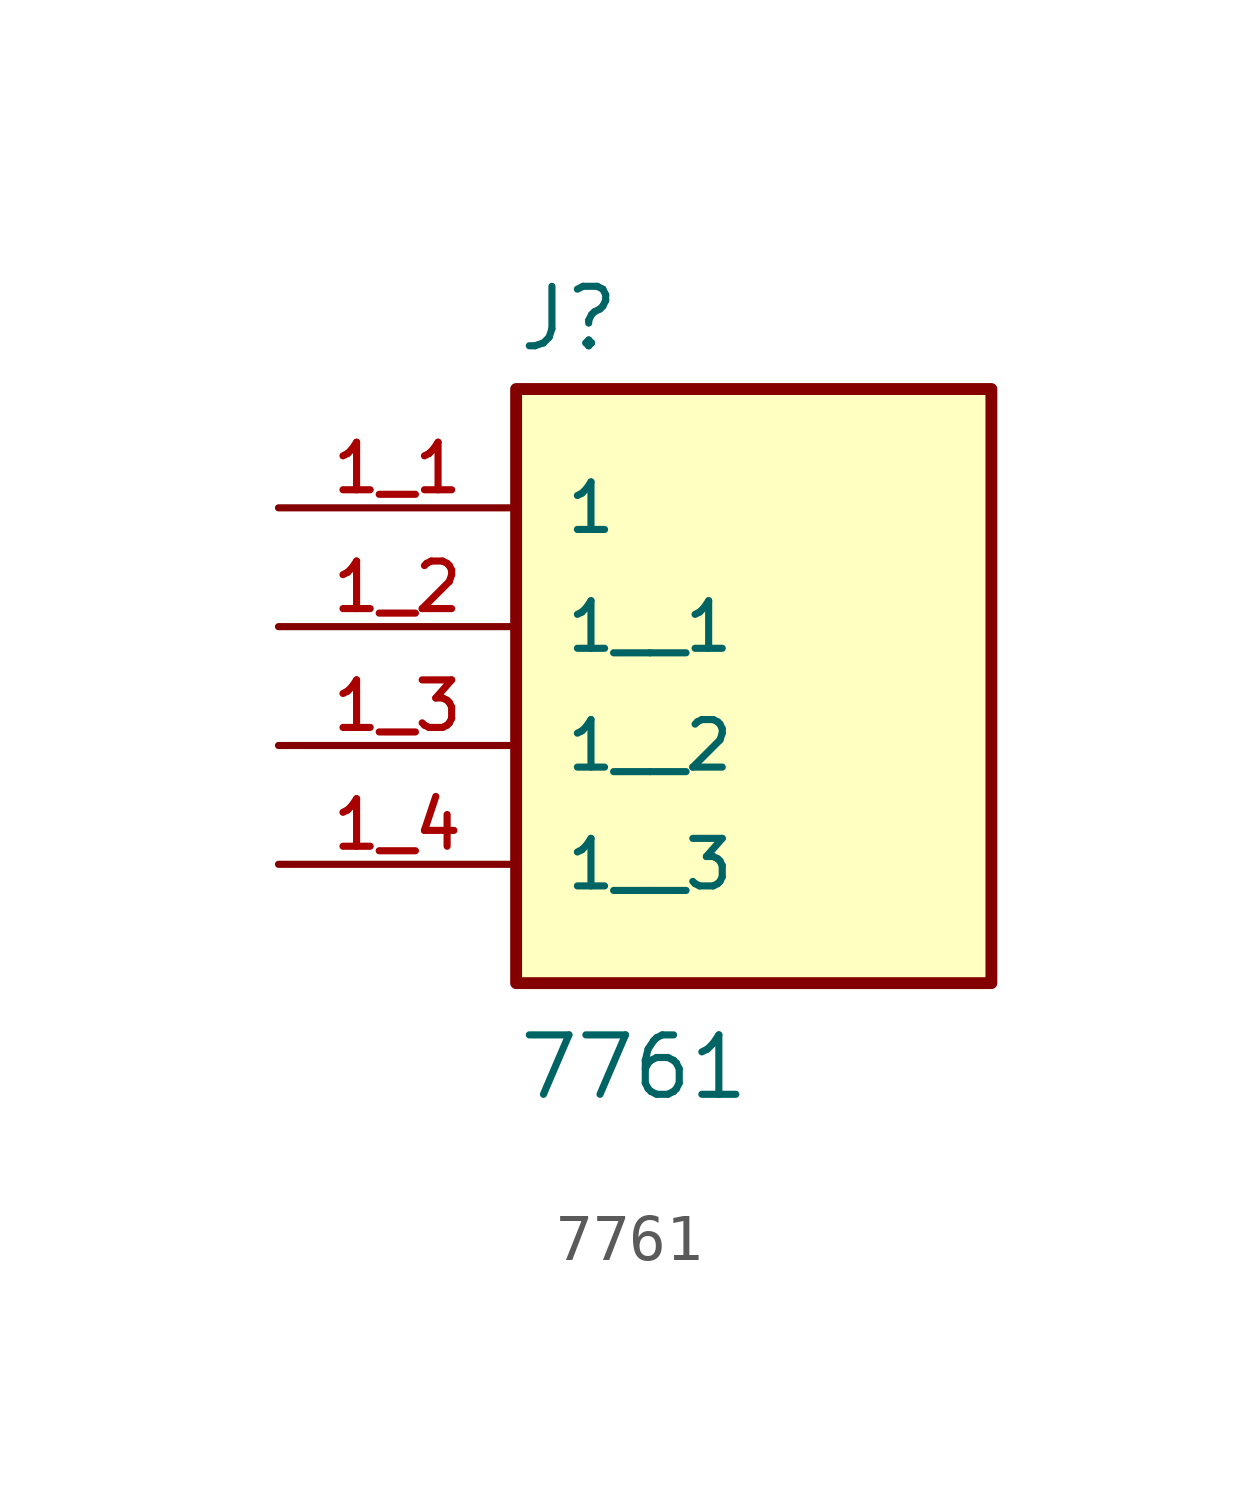
<source format=kicad_sym>
(kicad_symbol_lib
  (version 20211014)
  (generator kicad_symbol_editor)
  (symbol "7761"
    (pin_names
      (offset 1.016))
    (property "Reference" "J"
      (at -5.08 3.302 0)
      (effects (font (size 1.27 1.27)) (justify bottom left)))
    (property "Value" "7761"
      (at -5.08 -12.7 0)
      (effects (font (size 1.27 1.27)) (justify bottom left)))
    (symbol "7761_0_0"
      (rectangle (start -5.08 -10.16) (end 5.08 2.54) (stroke (width 0.254)) (fill (type background)))
      (pin passive line (at -10.16 0.0 0) (length 5.08) (name "1" (effects (font (size 1.016 1.016)))) (number "1_1" (effects (font (size 1.016 1.016)))))
      (pin passive line (at -10.16 -2.54 0) (length 5.08) (name "1__1" (effects (font (size 1.016 1.016)))) (number "1_2" (effects (font (size 1.016 1.016)))))
      (pin passive line (at -10.16 -5.08 0) (length 5.08) (name "1__2" (effects (font (size 1.016 1.016)))) (number "1_3" (effects (font (size 1.016 1.016)))))
      (pin passive line (at -10.16 -7.62 0) (length 5.08) (name "1__3" (effects (font (size 1.016 1.016)))) (number "1_4" (effects (font (size 1.016 1.016))))))))
</source>
